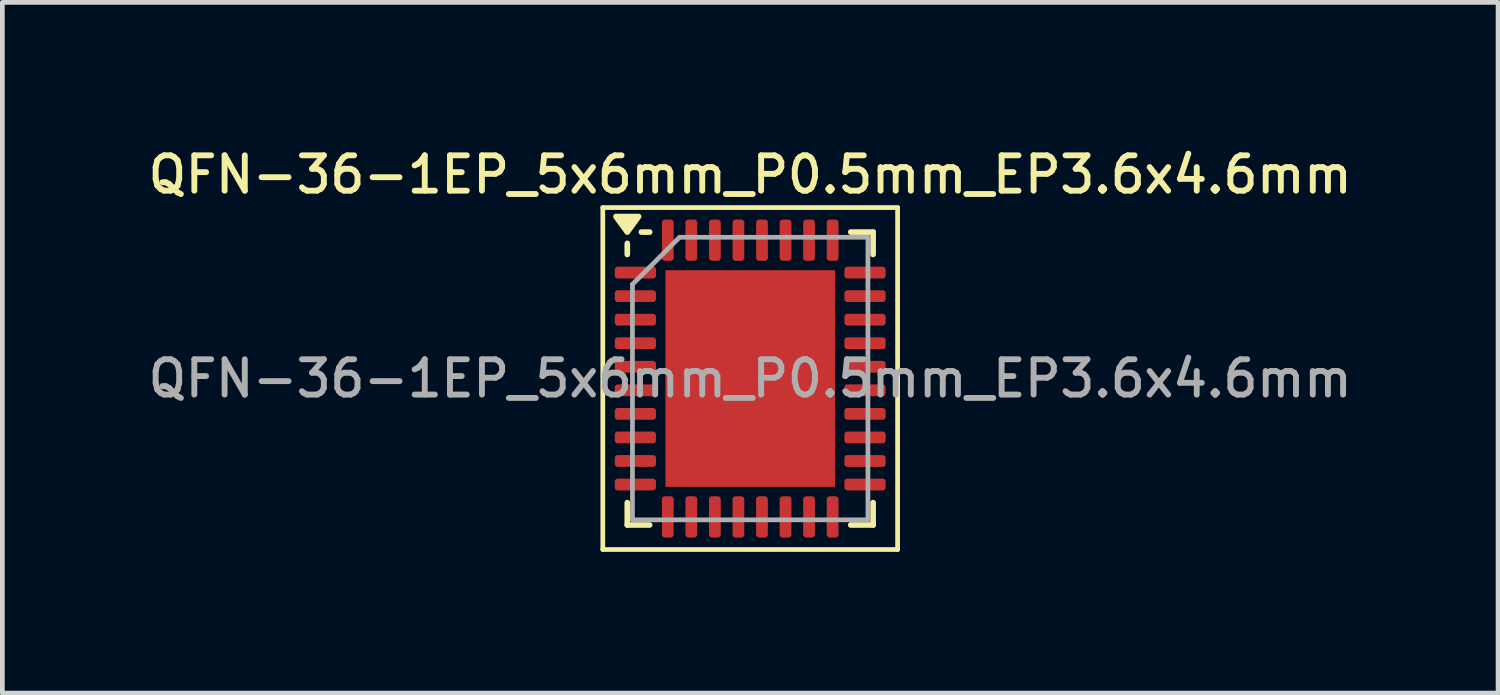
<source format=kicad_pcb>
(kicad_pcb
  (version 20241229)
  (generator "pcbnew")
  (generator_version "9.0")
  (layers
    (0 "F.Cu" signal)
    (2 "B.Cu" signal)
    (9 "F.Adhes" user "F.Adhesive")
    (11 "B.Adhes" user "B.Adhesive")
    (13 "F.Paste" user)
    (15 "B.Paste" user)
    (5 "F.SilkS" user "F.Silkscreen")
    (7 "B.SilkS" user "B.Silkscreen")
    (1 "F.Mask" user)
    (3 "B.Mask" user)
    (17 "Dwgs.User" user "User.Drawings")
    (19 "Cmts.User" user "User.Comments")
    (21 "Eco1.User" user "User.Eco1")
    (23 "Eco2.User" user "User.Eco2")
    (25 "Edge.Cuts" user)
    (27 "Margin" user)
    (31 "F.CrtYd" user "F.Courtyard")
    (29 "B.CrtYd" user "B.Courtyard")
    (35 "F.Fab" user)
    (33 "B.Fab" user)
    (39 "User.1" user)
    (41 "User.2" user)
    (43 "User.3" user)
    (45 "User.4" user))
  (footprint "QFN-36-1EP_5x6mm_P0.5mm_EP3.6x4.6mm"
    (layer "F.Cu")
    (at 12.88 4.988)
    (property "Reference" "QFN-36-1EP_5x6mm_P0.5mm_EP3.6x4.6mm" (at 0 -4.33 0) (layer "F.SilkS") (effects (font (size 0.75 0.75) (thickness 0.125))))
    (attr smd)
    (fp_line (start -3.13 -3.63) (end -3.13 3.63) (stroke (width 0.1) (type solid)) (layer "F.SilkS"))
    (fp_line (start -3.13 3.63) (end 3.13 3.63) (stroke (width 0.1) (type solid)) (layer "F.SilkS"))
    (fp_line (start -2.61 -2.635) (end -2.61 -2.87) (stroke (width 0.12) (type solid)) (layer "F.SilkS"))
    (fp_line (start -2.61 3.11) (end -2.61 2.635) (stroke (width 0.12) (type solid)) (layer "F.SilkS"))
    (fp_line (start -2.135 -3.11) (end -2.31 -3.11) (stroke (width 0.12) (type solid)) (layer "F.SilkS"))
    (fp_line (start -2.135 3.11) (end -2.61 3.11) (stroke (width 0.12) (type solid)) (layer "F.SilkS"))
    (fp_line (start 2.135 -3.11) (end 2.61 -3.11) (stroke (width 0.12) (type solid)) (layer "F.SilkS"))
    (fp_line (start 2.135 3.11) (end 2.61 3.11) (stroke (width 0.12) (type solid)) (layer "F.SilkS"))
    (fp_line (start 2.61 -3.11) (end 2.61 -2.635) (stroke (width 0.12) (type solid)) (layer "F.SilkS"))
    (fp_line (start 2.61 3.11) (end 2.61 2.635) (stroke (width 0.12) (type solid)) (layer "F.SilkS"))
    (fp_line (start 3.13 -3.63) (end -3.13 -3.63) (stroke (width 0.1) (type solid)) (layer "F.SilkS"))
    (fp_line (start 3.13 3.63) (end 3.13 -3.63) (stroke (width 0.1) (type solid)) (layer "F.SilkS"))
    (fp_poly (pts (xy -2.61 -3.11) (xy -2.85 -3.44) (xy -2.37 -3.44) (xy -2.61 -3.11)) (stroke (width 0.12) (type solid)) (fill yes) (layer "F.SilkS"))
    (fp_line (start -2.5 -2) (end -1.5 -3) (stroke (width 0.1) (type solid)) (layer "F.Fab"))
    (fp_line (start -2.5 3) (end -2.5 -2) (stroke (width 0.1) (type solid)) (layer "F.Fab"))
    (fp_line (start -1.5 -3) (end 2.5 -3) (stroke (width 0.1) (type solid)) (layer "F.Fab"))
    (fp_line (start 2.5 -3) (end 2.5 3) (stroke (width 0.1) (type solid)) (layer "F.Fab"))
    (fp_line (start 2.5 3) (end -2.5 3) (stroke (width 0.1) (type solid)) (layer "F.Fab"))
    (fp_text user "${REFERENCE}" (at 0 0 0) (layer "F.Fab") (effects (font (size 0.75 0.75) (thickness 0.125))))
    (pad "" smd roundrect (at -1.2 -1.725) (size 0.97 0.93) (layers "F.Paste") (roundrect_rratio 0.25))
    (pad "" smd roundrect (at -1.2 -0.575) (size 0.97 0.93) (layers "F.Paste") (roundrect_rratio 0.25))
    (pad "" smd roundrect (at -1.2 0.575) (size 0.97 0.93) (layers "F.Paste") (roundrect_rratio 0.25))
    (pad "" smd roundrect (at -1.2 1.725) (size 0.97 0.93) (layers "F.Paste") (roundrect_rratio 0.25))
    (pad "" smd roundrect (at 0 -1.725) (size 0.97 0.93) (layers "F.Paste") (roundrect_rratio 0.25))
    (pad "" smd roundrect (at 0 -0.575) (size 0.97 0.93) (layers "F.Paste") (roundrect_rratio 0.25))
    (pad "" smd roundrect (at 0 0.575) (size 0.97 0.93) (layers "F.Paste") (roundrect_rratio 0.25))
    (pad "" smd roundrect (at 0 1.725) (size 0.97 0.93) (layers "F.Paste") (roundrect_rratio 0.25))
    (pad "" smd roundrect (at 1.2 -1.725) (size 0.97 0.93) (layers "F.Paste") (roundrect_rratio 0.25))
    (pad "" smd roundrect (at 1.2 -0.575) (size 0.97 0.93) (layers "F.Paste") (roundrect_rratio 0.25))
    (pad "" smd roundrect (at 1.2 0.575) (size 0.97 0.93) (layers "F.Paste") (roundrect_rratio 0.25))
    (pad "" smd roundrect (at 1.2 1.725) (size 0.97 0.93) (layers "F.Paste") (roundrect_rratio 0.25))
    (pad "1" smd roundrect (at -2.438 -2.25) (size 0.875 0.25) (layers "F.Cu" "F.Mask" "F.Paste") (roundrect_rratio 0.25))
    (pad "2" smd roundrect (at -2.438 -1.75) (size 0.875 0.25) (layers "F.Cu" "F.Mask" "F.Paste") (roundrect_rratio 0.25))
    (pad "3" smd roundrect (at -2.438 -1.25) (size 0.875 0.25) (layers "F.Cu" "F.Mask" "F.Paste") (roundrect_rratio 0.25))
    (pad "4" smd roundrect (at -2.438 -0.75) (size 0.875 0.25) (layers "F.Cu" "F.Mask" "F.Paste") (roundrect_rratio 0.25))
    (pad "5" smd roundrect (at -2.438 -0.25) (size 0.875 0.25) (layers "F.Cu" "F.Mask" "F.Paste") (roundrect_rratio 0.25))
    (pad "6" smd roundrect (at -2.438 0.25) (size 0.875 0.25) (layers "F.Cu" "F.Mask" "F.Paste") (roundrect_rratio 0.25))
    (pad "7" smd roundrect (at -2.438 0.75) (size 0.875 0.25) (layers "F.Cu" "F.Mask" "F.Paste") (roundrect_rratio 0.25))
    (pad "8" smd roundrect (at -2.438 1.25) (size 0.875 0.25) (layers "F.Cu" "F.Mask" "F.Paste") (roundrect_rratio 0.25))
    (pad "9" smd roundrect (at -2.438 1.75) (size 0.875 0.25) (layers "F.Cu" "F.Mask" "F.Paste") (roundrect_rratio 0.25))
    (pad "10" smd roundrect (at -2.438 2.25) (size 0.875 0.25) (layers "F.Cu" "F.Mask" "F.Paste") (roundrect_rratio 0.25))
    (pad "11" smd roundrect (at -1.75 2.938) (size 0.25 0.875) (layers "F.Cu" "F.Mask" "F.Paste") (roundrect_rratio 0.25))
    (pad "12" smd roundrect (at -1.25 2.938) (size 0.25 0.875) (layers "F.Cu" "F.Mask" "F.Paste") (roundrect_rratio 0.25))
    (pad "13" smd roundrect (at -0.75 2.938) (size 0.25 0.875) (layers "F.Cu" "F.Mask" "F.Paste") (roundrect_rratio 0.25))
    (pad "14" smd roundrect (at -0.25 2.938) (size 0.25 0.875) (layers "F.Cu" "F.Mask" "F.Paste") (roundrect_rratio 0.25))
    (pad "15" smd roundrect (at 0.25 2.938) (size 0.25 0.875) (layers "F.Cu" "F.Mask" "F.Paste") (roundrect_rratio 0.25))
    (pad "16" smd roundrect (at 0.75 2.938) (size 0.25 0.875) (layers "F.Cu" "F.Mask" "F.Paste") (roundrect_rratio 0.25))
    (pad "17" smd roundrect (at 1.25 2.938) (size 0.25 0.875) (layers "F.Cu" "F.Mask" "F.Paste") (roundrect_rratio 0.25))
    (pad "18" smd roundrect (at 1.75 2.938) (size 0.25 0.875) (layers "F.Cu" "F.Mask" "F.Paste") (roundrect_rratio 0.25))
    (pad "19" smd roundrect (at 2.438 2.25) (size 0.875 0.25) (layers "F.Cu" "F.Mask" "F.Paste") (roundrect_rratio 0.25))
    (pad "20" smd roundrect (at 2.438 1.75) (size 0.875 0.25) (layers "F.Cu" "F.Mask" "F.Paste") (roundrect_rratio 0.25))
    (pad "21" smd roundrect (at 2.438 1.25) (size 0.875 0.25) (layers "F.Cu" "F.Mask" "F.Paste") (roundrect_rratio 0.25))
    (pad "22" smd roundrect (at 2.438 0.75) (size 0.875 0.25) (layers "F.Cu" "F.Mask" "F.Paste") (roundrect_rratio 0.25))
    (pad "23" smd roundrect (at 2.438 0.25) (size 0.875 0.25) (layers "F.Cu" "F.Mask" "F.Paste") (roundrect_rratio 0.25))
    (pad "24" smd roundrect (at 2.438 -0.25) (size 0.875 0.25) (layers "F.Cu" "F.Mask" "F.Paste") (roundrect_rratio 0.25))
    (pad "25" smd roundrect (at 2.438 -0.75) (size 0.875 0.25) (layers "F.Cu" "F.Mask" "F.Paste") (roundrect_rratio 0.25))
    (pad "26" smd roundrect (at 2.438 -1.25) (size 0.875 0.25) (layers "F.Cu" "F.Mask" "F.Paste") (roundrect_rratio 0.25))
    (pad "27" smd roundrect (at 2.438 -1.75) (size 0.875 0.25) (layers "F.Cu" "F.Mask" "F.Paste") (roundrect_rratio 0.25))
    (pad "28" smd roundrect (at 2.438 -2.25) (size 0.875 0.25) (layers "F.Cu" "F.Mask" "F.Paste") (roundrect_rratio 0.25))
    (pad "29" smd roundrect (at 1.75 -2.938) (size 0.25 0.875) (layers "F.Cu" "F.Mask" "F.Paste") (roundrect_rratio 0.25))
    (pad "30" smd roundrect (at 1.25 -2.938) (size 0.25 0.875) (layers "F.Cu" "F.Mask" "F.Paste") (roundrect_rratio 0.25))
    (pad "31" smd roundrect (at 0.75 -2.938) (size 0.25 0.875) (layers "F.Cu" "F.Mask" "F.Paste") (roundrect_rratio 0.25))
    (pad "32" smd roundrect (at 0.25 -2.938) (size 0.25 0.875) (layers "F.Cu" "F.Mask" "F.Paste") (roundrect_rratio 0.25))
    (pad "33" smd roundrect (at -0.25 -2.938) (size 0.25 0.875) (layers "F.Cu" "F.Mask" "F.Paste") (roundrect_rratio 0.25))
    (pad "34" smd roundrect (at -0.75 -2.938) (size 0.25 0.875) (layers "F.Cu" "F.Mask" "F.Paste") (roundrect_rratio 0.25))
    (pad "35" smd roundrect (at -1.25 -2.938) (size 0.25 0.875) (layers "F.Cu" "F.Mask" "F.Paste") (roundrect_rratio 0.25))
    (pad "36" smd roundrect (at -1.75 -2.938) (size 0.25 0.875) (layers "F.Cu" "F.Mask" "F.Paste") (roundrect_rratio 0.25))
    (pad "37" smd rect (at 0 0) (size 3.6 4.6) (property pad_prop_heatsink) (layers "F.Cu" "F.Mask")))
  (gr_rect
    (start -3 -3)
    (end 28.761 11.668)
    (stroke (width 0.1) (type default))
    (fill no)
    (layer "Edge.Cuts")))
</source>
